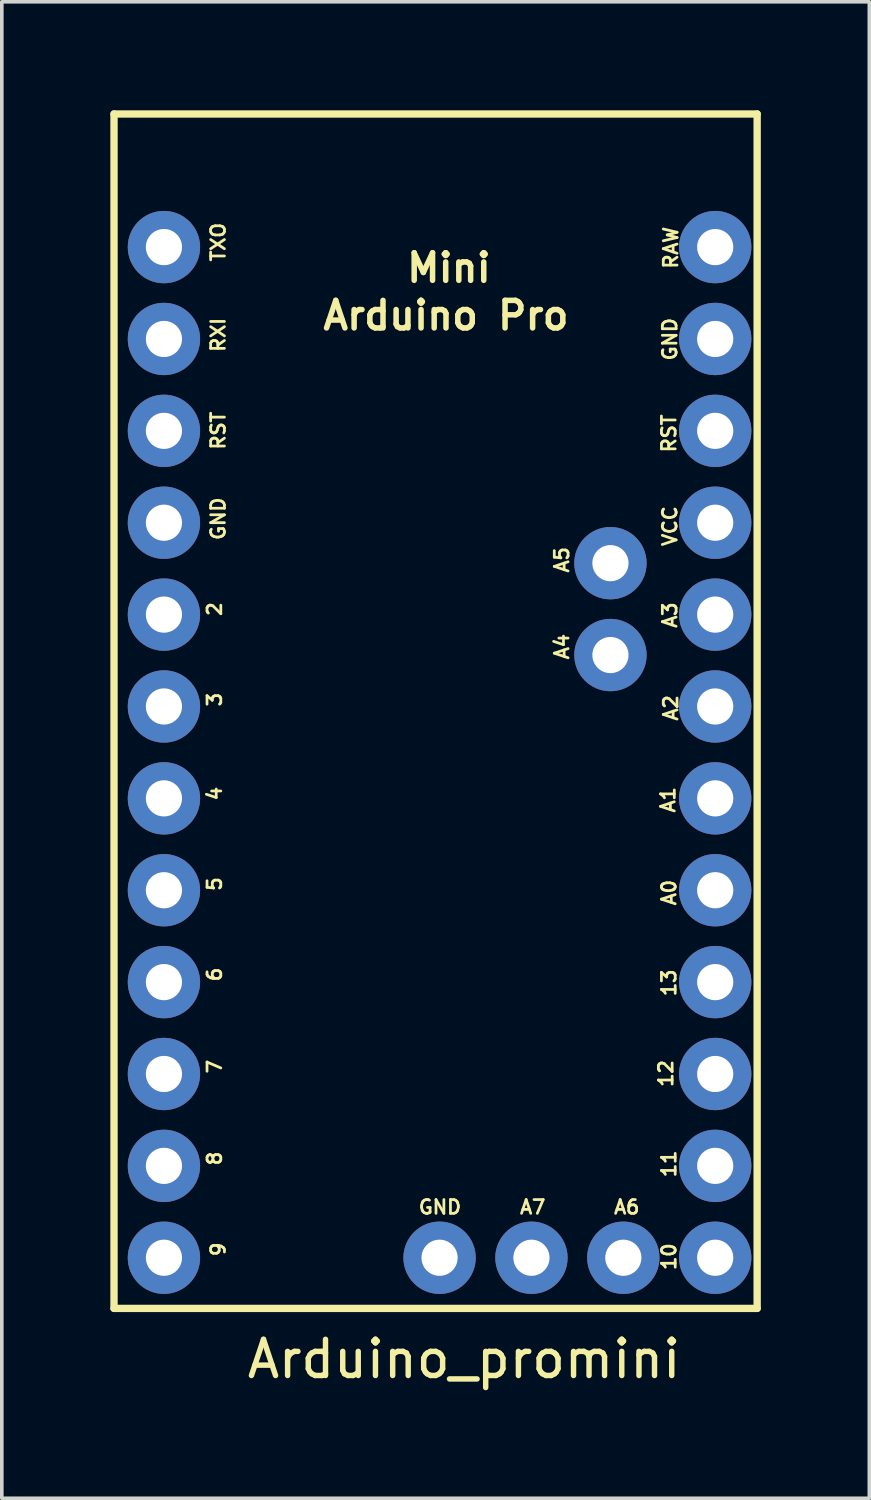
<source format=kicad_pcb>
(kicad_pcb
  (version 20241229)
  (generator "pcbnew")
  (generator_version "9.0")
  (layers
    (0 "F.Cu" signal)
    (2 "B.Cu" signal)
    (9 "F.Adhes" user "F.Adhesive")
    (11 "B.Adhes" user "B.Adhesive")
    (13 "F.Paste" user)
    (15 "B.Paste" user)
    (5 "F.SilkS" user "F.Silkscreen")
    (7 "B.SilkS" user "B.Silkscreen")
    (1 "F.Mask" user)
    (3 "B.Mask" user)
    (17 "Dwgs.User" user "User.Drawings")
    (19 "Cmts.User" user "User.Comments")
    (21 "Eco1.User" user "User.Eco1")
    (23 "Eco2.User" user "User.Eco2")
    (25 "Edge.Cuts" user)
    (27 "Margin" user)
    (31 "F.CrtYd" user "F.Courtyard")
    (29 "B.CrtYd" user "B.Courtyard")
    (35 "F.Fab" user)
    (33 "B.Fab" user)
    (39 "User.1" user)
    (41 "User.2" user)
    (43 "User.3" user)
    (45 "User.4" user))
  (footprint "Arduino_promini"
    (layer "F.Cu")
    (at 1.482 31.721)
    (property "Reference" "Arduino_promini" (at 8.3 2.8 0) (unlocked yes) (layer "F.SilkS") (effects (font (size 1 1) (thickness 0.15))))
    (attr through_hole)
    (fp_line (start -1.38 -31.62) (end -1.38 1.4) (stroke (width 0.203) (type solid)) (layer "F.SilkS"))
    (fp_line (start -1.38 1.4) (end 16.4 1.4) (stroke (width 0.203) (type solid)) (layer "F.SilkS"))
    (fp_line (start 16.4 -31.62) (end -1.38 -31.62) (stroke (width 0.203) (type solid)) (layer "F.SilkS"))
    (fp_line (start 16.4 1.4) (end 16.4 -31.62) (stroke (width 0.203) (type solid)) (layer "F.SilkS"))
    (fp_text user "A2" (at 14.013 -14.806 90) (layer "F.SilkS") (effects (font (size 0.381 0.381) (thickness 0.076)) (justify left)))
    (fp_text user "A0" (at 13.962 -9.7 90) (layer "F.SilkS") (effects (font (size 0.381 0.381) (thickness 0.076)) (justify left)))
    (fp_text user "6" (at 1.4 -7.6 270) (layer "F.SilkS") (effects (font (size 0.381 0.381) (thickness 0.076)) (justify left)))
    (fp_text user "7" (at 1.4 -5.052 270) (layer "F.SilkS") (effects (font (size 0.381 0.381) (thickness 0.076)) (justify left)))
    (fp_text user "GND" (at 7 -1.4 0) (layer "F.SilkS") (effects (font (size 0.381 0.381) (thickness 0.076)) (justify left)))
    (fp_text user "12" (at 13.878 -4.681 90) (layer "F.SilkS") (effects (font (size 0.381 0.381) (thickness 0.076)) (justify left)))
    (fp_text user "5" (at 1.4 -10.1 270) (layer "F.SilkS") (effects (font (size 0.381 0.381) (thickness 0.076)) (justify left)))
    (fp_text user "3" (at 1.4 -15.199 270) (layer "F.SilkS") (effects (font (size 0.381 0.381) (thickness 0.076)) (justify left)))
    (fp_text user "A5" (at 11 -18.9 90) (layer "F.SilkS") (effects (font (size 0.381 0.381) (thickness 0.076)) (justify left)))
    (fp_text user "A6" (at 12.4 -1.4 0) (layer "F.SilkS") (effects (font (size 0.381 0.381) (thickness 0.076)) (justify left)))
    (fp_text user "GND" (at 1.5 -19.8 270) (layer "F.SilkS") (effects (font (size 0.381 0.381) (thickness 0.076)) (justify left)))
    (fp_text user "VCC" (at 13.987 -19.632 90) (layer "F.SilkS") (effects (font (size 0.381 0.381) (thickness 0.076)) (justify left)))
    (fp_text user "RST" (at 13.962 -22.222 90) (layer "F.SilkS") (effects (font (size 0.381 0.381) (thickness 0.076)) (justify left)))
    (fp_text user "A3" (at 13.987 -17.371 90) (layer "F.SilkS") (effects (font (size 0.381 0.381) (thickness 0.076)) (justify left)))
    (fp_text user "RAW" (at 14.013 -27.302 90) (layer "F.SilkS") (effects (font (size 0.381 0.381) (thickness 0.076)) (justify left)))
    (fp_text user "13" (at 13.962 -7.186 90) (layer "F.SilkS") (effects (font (size 0.381 0.381) (thickness 0.076)) (justify left)))
    (fp_text user "A1" (at 13.937 -12.266 90) (layer "F.SilkS") (effects (font (size 0.381 0.381) (thickness 0.076)) (justify left)))
    (fp_text user "11" (at 13.962 -2.182 90) (layer "F.SilkS") (effects (font (size 0.381 0.381) (thickness 0.076)) (justify left)))
    (fp_text user "2" (at 1.4 -17.7 270) (layer "F.SilkS") (effects (font (size 0.381 0.381) (thickness 0.076)) (justify left)))
    (fp_text user "9" (at 1.5 0 270) (layer "F.SilkS") (effects (font (size 0.381 0.381) (thickness 0.076)) (justify left)))
    (fp_text user "10" (at 13.962 0.384 90) (layer "F.SilkS") (effects (font (size 0.381 0.381) (thickness 0.076)) (justify left)))
    (fp_text user "RXI" (at 1.5 -25 270) (layer "F.SilkS") (effects (font (size 0.381 0.381) (thickness 0.076)) (justify left)))
    (fp_text user "Arduino Pro" (at 4.323 -26.05 0) (layer "F.SilkS") (effects (font (size 0.762 0.762) (thickness 0.152)) (justify left)))
    (fp_text user "GND" (at 13.987 -24.762 90) (layer "F.SilkS") (effects (font (size 0.381 0.381) (thickness 0.076)) (justify left)))
    (fp_text user "A4" (at 11 -16.5 90) (layer "F.SilkS") (effects (font (size 0.381 0.381) (thickness 0.076)) (justify left)))
    (fp_text user "RST" (at 1.5 -22.3 270) (layer "F.SilkS") (effects (font (size 0.381 0.381) (thickness 0.076)) (justify left)))
    (fp_text user "8" (at 1.4 -2.512 270) (layer "F.SilkS") (effects (font (size 0.381 0.381) (thickness 0.076)) (justify left)))
    (fp_text user "Mini" (at 6.637 -27.366 0) (layer "F.SilkS") (effects (font (size 0.762 0.762) (thickness 0.152)) (justify left)))
    (fp_text user "TXO" (at 1.5 -27.5 270) (layer "F.SilkS") (effects (font (size 0.381 0.381) (thickness 0.076)) (justify left)))
    (fp_text user "4" (at 1.4 -12.6 270) (layer "F.SilkS") (effects (font (size 0.381 0.381) (thickness 0.076)) (justify left)))
    (fp_text user "A7" (at 9.8 -1.4 0) (layer "F.SilkS") (effects (font (size 0.381 0.381) (thickness 0.076)) (justify left)))
    (pad "1" thru_hole circle (at 0 0) (size 2 2) (drill 1) (layers "*.Cu" "*.Mask"))
    (pad "2" thru_hole circle (at 0 -2.54) (size 2 2) (drill 1) (layers "*.Cu" "*.Mask"))
    (pad "3" thru_hole circle (at 0 -5.08) (size 2 2) (drill 1) (layers "*.Cu" "*.Mask"))
    (pad "4" thru_hole circle (at 0 -7.62) (size 2 2) (drill 1) (layers "*.Cu" "*.Mask"))
    (pad "5" thru_hole circle (at 0 -10.16) (size 2 2) (drill 1) (layers "*.Cu" "*.Mask"))
    (pad "6" thru_hole circle (at 0 -12.7) (size 2 2) (drill 1) (layers "*.Cu" "*.Mask"))
    (pad "7" thru_hole circle (at 0 -15.24) (size 2 2) (drill 1) (layers "*.Cu" "*.Mask"))
    (pad "8" thru_hole circle (at 0 -17.78) (size 2 2) (drill 1) (layers "*.Cu" "*.Mask"))
    (pad "9" thru_hole circle (at 0 -20.32) (size 2 2) (drill 1) (layers "*.Cu" "*.Mask"))
    (pad "10" thru_hole circle (at 0 -22.86) (size 2 2) (drill 1) (layers "*.Cu" "*.Mask"))
    (pad "11" thru_hole circle (at 0 -25.4) (size 2 2) (drill 1) (layers "*.Cu" "*.Mask"))
    (pad "12" thru_hole circle (at 0 -27.94) (size 2 2) (drill 1) (layers "*.Cu" "*.Mask"))
    (pad "13" thru_hole circle (at 15.24 0) (size 2 2) (drill 1) (layers "*.Cu" "*.Mask"))
    (pad "14" thru_hole circle (at 15.24 -2.54) (size 2 2) (drill 1) (layers "*.Cu" "*.Mask"))
    (pad "15" thru_hole circle (at 15.24 -5.08) (size 2 2) (drill 1) (layers "*.Cu" "*.Mask"))
    (pad "16" thru_hole circle (at 15.24 -7.62) (size 2 2) (drill 1) (layers "*.Cu" "*.Mask"))
    (pad "17" thru_hole circle (at 15.24 -10.16) (size 2 2) (drill 1) (layers "*.Cu" "*.Mask"))
    (pad "18" thru_hole circle (at 15.24 -12.7) (size 2 2) (drill 1) (layers "*.Cu" "*.Mask"))
    (pad "19" thru_hole circle (at 15.24 -15.24) (size 2 2) (drill 1) (layers "*.Cu" "*.Mask"))
    (pad "20" thru_hole circle (at 15.24 -17.78) (size 2 2) (drill 1) (layers "*.Cu" "*.Mask"))
    (pad "21" thru_hole circle (at 15.24 -20.32) (size 2 2) (drill 1) (layers "*.Cu" "*.Mask"))
    (pad "22" thru_hole circle (at 15.24 -22.86) (size 2 2) (drill 1) (layers "*.Cu" "*.Mask"))
    (pad "23" thru_hole circle (at 15.24 -25.4) (size 2 2) (drill 1) (layers "*.Cu" "*.Mask"))
    (pad "24" thru_hole circle (at 15.24 -27.94) (size 2 2) (drill 1) (layers "*.Cu" "*.Mask"))
    (pad "25" thru_hole circle (at 12.7 0) (size 2 2) (drill 1) (layers "*.Cu" "*.Mask"))
    (pad "26" thru_hole circle (at 10.16 0) (size 2 2) (drill 1) (layers "*.Cu" "*.Mask"))
    (pad "27" thru_hole circle (at 7.62 0) (size 2 2) (drill 1) (layers "*.Cu" "*.Mask"))
    (pad "28" thru_hole circle (at 12.344 -16.662) (size 2 2) (drill 1) (layers "*.Cu" "*.Mask"))
    (pad "29" thru_hole circle (at 12.344 -19.202) (size 2 2) (drill 1) (layers "*.Cu" "*.Mask")))
  (gr_rect
    (start -3 -3)
    (end 20.983 38.37)
    (stroke (width 0.1) (type default))
    (fill no)
    (layer "Edge.Cuts")))
</source>
